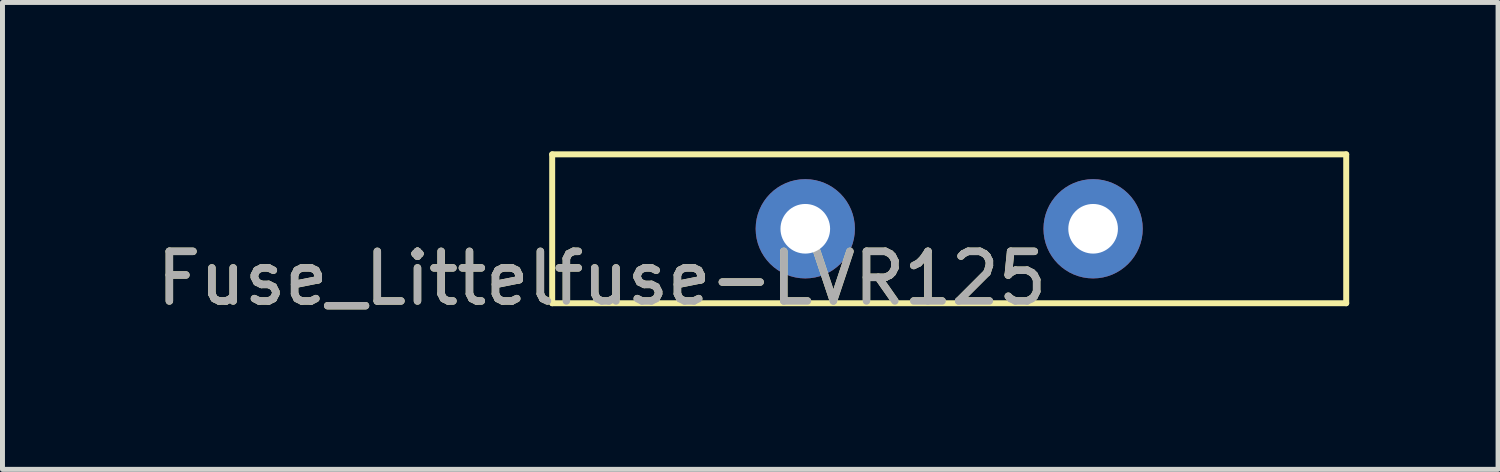
<source format=kicad_pcb>
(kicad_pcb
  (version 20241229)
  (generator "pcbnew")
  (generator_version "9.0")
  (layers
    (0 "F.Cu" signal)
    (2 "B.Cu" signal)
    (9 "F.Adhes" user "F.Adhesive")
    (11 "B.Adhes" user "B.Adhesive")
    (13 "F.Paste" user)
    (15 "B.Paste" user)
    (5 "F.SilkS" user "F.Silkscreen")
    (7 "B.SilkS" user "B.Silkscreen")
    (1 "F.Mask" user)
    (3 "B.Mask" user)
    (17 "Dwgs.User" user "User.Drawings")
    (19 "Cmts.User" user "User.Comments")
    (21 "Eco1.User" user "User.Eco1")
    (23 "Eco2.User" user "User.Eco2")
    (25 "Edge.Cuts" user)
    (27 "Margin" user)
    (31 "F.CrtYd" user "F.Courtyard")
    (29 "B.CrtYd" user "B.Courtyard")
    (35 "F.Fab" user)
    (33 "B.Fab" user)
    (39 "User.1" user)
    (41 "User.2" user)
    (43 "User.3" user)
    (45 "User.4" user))
  (footprint "Fuse_Littelfuse-LVR125"
    (layer "F.Cu")
    (at 16.077 1.56)
    (property "Reference" "Fuse_Littelfuse-LVR125" (at -7 1 0) (layer "F.SilkS") (effects (font (size 1 1) (thickness 0.15))))
    (attr through_hole)
    (fp_line (start -8 -1.5) (end 8 -1.5) (stroke (width 0.12) (type solid)) (layer "F.SilkS"))
    (fp_line (start -8 1.5) (end -8 -1.5) (stroke (width 0.12) (type solid)) (layer "F.SilkS"))
    (fp_line (start 8 -1.5) (end 8 1.5) (stroke (width 0.12) (type solid)) (layer "F.SilkS"))
    (fp_line (start 8 1.5) (end -8 1.5) (stroke (width 0.12) (type solid)) (layer "F.SilkS"))
    (fp_text user "${REFERENCE}" (at -7 1 0) (layer "F.Fab") (effects (font (size 1 1) (thickness 0.15))))
    (pad "1" thru_hole circle (at -2.9 0) (size 2 2) (drill 1) (layers "*.Cu" "*.Mask"))
    (pad "2" thru_hole circle (at 2.9 0) (size 2 2) (drill 1) (layers "*.Cu" "*.Mask")))
  (gr_rect
    (start -3 -3)
    (end 27.137 6.408)
    (stroke (width 0.1) (type default))
    (fill no)
    (layer "Edge.Cuts")))
</source>
